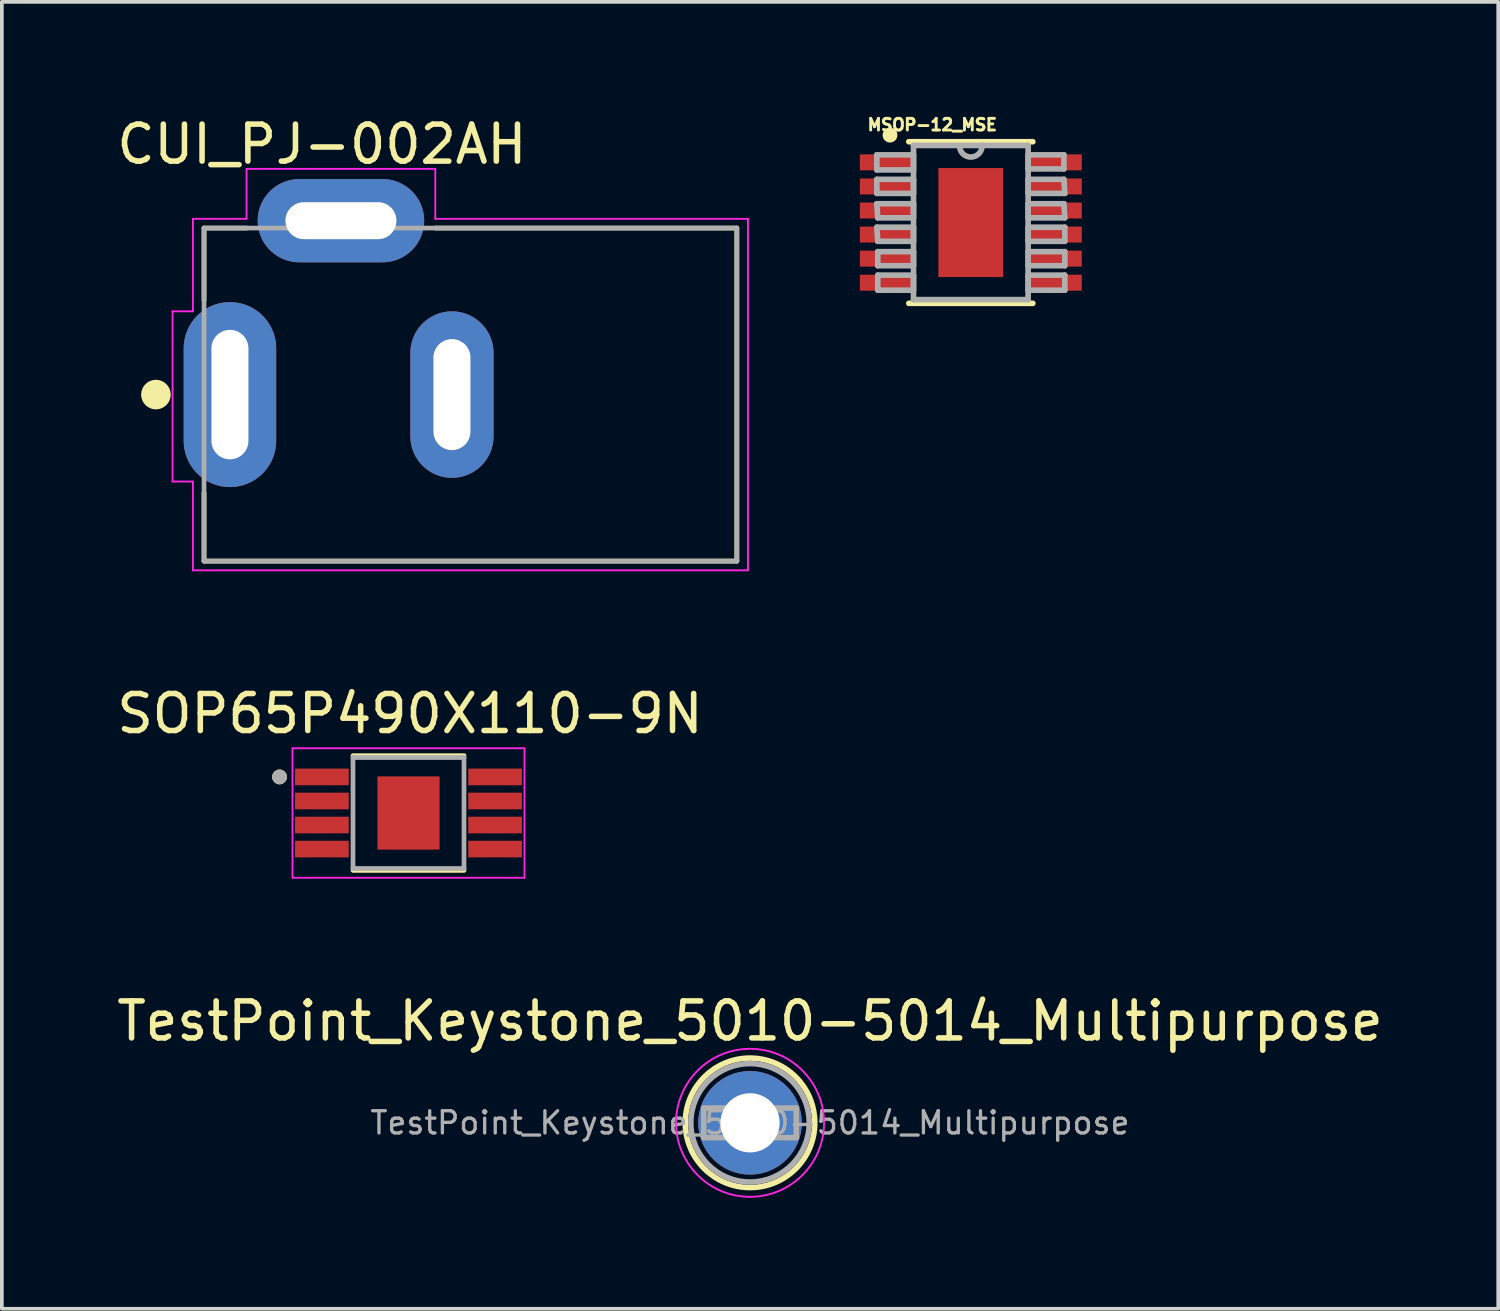
<source format=kicad_pcb>
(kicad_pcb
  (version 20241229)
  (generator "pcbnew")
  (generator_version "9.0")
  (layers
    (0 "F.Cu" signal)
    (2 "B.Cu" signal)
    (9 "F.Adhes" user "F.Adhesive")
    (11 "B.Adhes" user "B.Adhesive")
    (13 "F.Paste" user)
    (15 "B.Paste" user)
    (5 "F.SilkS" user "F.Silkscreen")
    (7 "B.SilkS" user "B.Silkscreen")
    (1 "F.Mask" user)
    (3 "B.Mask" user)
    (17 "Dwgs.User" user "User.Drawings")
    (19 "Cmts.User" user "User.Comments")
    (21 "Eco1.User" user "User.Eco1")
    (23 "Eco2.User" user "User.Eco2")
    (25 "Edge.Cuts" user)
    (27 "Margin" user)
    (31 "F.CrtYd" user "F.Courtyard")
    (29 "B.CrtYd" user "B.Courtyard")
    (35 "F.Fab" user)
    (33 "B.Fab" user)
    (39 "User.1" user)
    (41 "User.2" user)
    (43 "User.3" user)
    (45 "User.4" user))
  (footprint "SOP65P490X110-9N"
    (layer "F.Cu")
    (at 7.99 18.922)
    (property "Reference" "SOP65P490X110-9N" (at 0.04 -2.685 0) (layer "F.SilkS") (effects (font (size 1 1) (thickness 0.15))))
    (attr smd)
    (fp_poly (pts (xy -3.115 -1.255) (xy -1.565 -1.255) (xy -1.565 -0.695) (xy -3.115 -0.695)) (stroke (width 0.01) (type solid)) (fill yes) (layer "F.Mask"))
    (fp_poly (pts (xy -3.115 -0.605) (xy -1.565 -0.605) (xy -1.565 -0.045) (xy -3.115 -0.045)) (stroke (width 0.01) (type solid)) (fill yes) (layer "F.Mask"))
    (fp_poly (pts (xy -3.115 0.045) (xy -1.565 0.045) (xy -1.565 0.605) (xy -3.115 0.605)) (stroke (width 0.01) (type solid)) (fill yes) (layer "F.Mask"))
    (fp_poly (pts (xy -3.115 0.695) (xy -1.565 0.695) (xy -1.565 1.255) (xy -3.115 1.255)) (stroke (width 0.01) (type solid)) (fill yes) (layer "F.Mask"))
    (fp_poly (pts (xy 1.565 -1.255) (xy 3.115 -1.255) (xy 3.115 -0.695) (xy 1.565 -0.695)) (stroke (width 0.01) (type solid)) (fill yes) (layer "F.Mask"))
    (fp_poly (pts (xy 1.565 -0.605) (xy 3.115 -0.605) (xy 3.115 -0.045) (xy 1.565 -0.045)) (stroke (width 0.01) (type solid)) (fill yes) (layer "F.Mask"))
    (fp_poly (pts (xy 1.565 0.045) (xy 3.115 0.045) (xy 3.115 0.605) (xy 1.565 0.605)) (stroke (width 0.01) (type solid)) (fill yes) (layer "F.Mask"))
    (fp_poly (pts (xy 1.565 0.695) (xy 3.115 0.695) (xy 3.115 1.255) (xy 1.565 1.255)) (stroke (width 0.01) (type solid)) (fill yes) (layer "F.Mask"))
    (fp_line (start -1.5 -1.55) (end 1.5 -1.55) (stroke (width 0.127) (type solid)) (layer "F.SilkS"))
    (fp_line (start 1.5 1.55) (end -1.5 1.55) (stroke (width 0.127) (type solid)) (layer "F.SilkS"))
    (fp_circle (center -3.485 -0.975) (end -3.385 -0.975) (stroke (width 0.2) (type solid)) (fill no) (layer "F.SilkS"))
    (fp_poly (pts (xy -0.531 -0.778) (xy 0.531 -0.778) (xy 0.531 0.778) (xy -0.531 0.778)) (stroke (width 0.01) (type solid)) (fill yes) (layer "F.Paste"))
    (fp_line (start -3.135 -1.75) (end -3.135 1.75) (stroke (width 0.05) (type solid)) (layer "F.CrtYd"))
    (fp_line (start -3.135 1.75) (end 3.135 1.75) (stroke (width 0.05) (type solid)) (layer "F.CrtYd"))
    (fp_line (start 3.135 -1.75) (end -3.135 -1.75) (stroke (width 0.05) (type solid)) (layer "F.CrtYd"))
    (fp_line (start 3.135 1.75) (end 3.135 -1.75) (stroke (width 0.05) (type solid)) (layer "F.CrtYd"))
    (fp_line (start -1.5 -1.5) (end 1.5 -1.5) (stroke (width 0.127) (type solid)) (layer "F.Fab"))
    (fp_line (start -1.5 1.5) (end -1.5 -1.5) (stroke (width 0.127) (type solid)) (layer "F.Fab"))
    (fp_line (start 1.5 -1.5) (end 1.5 1.5) (stroke (width 0.127) (type solid)) (layer "F.Fab"))
    (fp_line (start 1.5 1.5) (end -1.5 1.5) (stroke (width 0.127) (type solid)) (layer "F.Fab"))
    (fp_circle (center -3.485 -0.975) (end -3.385 -0.975) (stroke (width 0.2) (type solid)) (fill no) (layer "F.Fab"))
    (pad "1" smd rect (at -2.34 -0.975) (size 1.45 0.45) (layers "F.Cu" "F.Paste"))
    (pad "2" smd rect (at -2.34 -0.325) (size 1.45 0.45) (layers "F.Cu" "F.Paste"))
    (pad "3" smd rect (at -2.34 0.325) (size 1.45 0.45) (layers "F.Cu" "F.Paste"))
    (pad "4" smd rect (at -2.34 0.975) (size 1.45 0.45) (layers "F.Cu" "F.Paste"))
    (pad "5" smd rect (at 2.34 0.975) (size 1.45 0.45) (layers "F.Cu" "F.Paste"))
    (pad "6" smd rect (at 2.34 0.325) (size 1.45 0.45) (layers "F.Cu" "F.Paste"))
    (pad "7" smd rect (at 2.34 -0.325) (size 1.45 0.45) (layers "F.Cu" "F.Paste"))
    (pad "8" smd rect (at 2.34 -0.975) (size 1.45 0.45) (layers "F.Cu" "F.Paste"))
    (pad "9" smd rect (at 0 0) (size 1.68 1.98) (layers "F.Cu" "F.Mask")))
  (footprint "MSOP-12_MSE"
    (layer "F.Cu")
    (at 23.187 2.964)
    (property "Reference" "MSOP-12_MSE" (at -1.041 -2.642 0) (layer "F.SilkS") (effects (font (size 0.315 0.315) (thickness 0.15))))
    (attr smd)
    (fp_line (start -1.676 2.184) (end 1.676 2.184) (stroke (width 0.152) (type solid)) (layer "F.SilkS"))
    (fp_line (start 1.676 -2.184) (end -1.676 -2.184) (stroke (width 0.152) (type solid)) (layer "F.SilkS"))
    (fp_circle (center -2.184 -2.362) (end -2.034 -2.362) (stroke (width 0.1) (type solid)) (fill yes) (layer "F.SilkS"))
    (fp_poly (pts (xy -0.776 -1.373) (xy -0.776 -0.1) (xy 0.776 -0.1) (xy 0.776 -1.373)) (stroke (width 0.025) (type solid)) (fill yes) (layer "F.Paste"))
    (fp_poly (pts (xy -0.776 0.1) (xy -0.776 1.373) (xy 0.776 1.373) (xy 0.776 0.1)) (stroke (width 0.025) (type solid)) (fill yes) (layer "F.Paste"))
    (fp_line (start -2.54 -1.829) (end -2.54 -1.422) (stroke (width 0.152) (type solid)) (layer "F.Fab"))
    (fp_line (start -2.54 -1.422) (end -1.549 -1.422) (stroke (width 0.152) (type solid)) (layer "F.Fab"))
    (fp_line (start -2.54 -1.168) (end -2.54 -0.787) (stroke (width 0.152) (type solid)) (layer "F.Fab"))
    (fp_line (start -2.54 -0.787) (end -1.549 -0.787) (stroke (width 0.152) (type solid)) (layer "F.Fab"))
    (fp_line (start -2.54 -0.508) (end -2.515 -0.127) (stroke (width 0.152) (type solid)) (layer "F.Fab"))
    (fp_line (start -2.54 0.127) (end -2.515 0.508) (stroke (width 0.152) (type solid)) (layer "F.Fab"))
    (fp_line (start -2.515 -0.127) (end -1.549 -0.127) (stroke (width 0.152) (type solid)) (layer "F.Fab"))
    (fp_line (start -2.515 0.508) (end -1.549 0.508) (stroke (width 0.152) (type solid)) (layer "F.Fab"))
    (fp_line (start -2.515 0.787) (end -2.515 1.168) (stroke (width 0.152) (type solid)) (layer "F.Fab"))
    (fp_line (start -2.515 1.168) (end -1.549 1.168) (stroke (width 0.152) (type solid)) (layer "F.Fab"))
    (fp_line (start -2.515 1.422) (end -2.515 1.829) (stroke (width 0.152) (type solid)) (layer "F.Fab"))
    (fp_line (start -2.515 1.829) (end -1.549 1.829) (stroke (width 0.152) (type solid)) (layer "F.Fab"))
    (fp_line (start -1.549 -2.083) (end -1.549 2.083) (stroke (width 0.152) (type solid)) (layer "F.Fab"))
    (fp_line (start -1.549 -1.829) (end -2.54 -1.829) (stroke (width 0.152) (type solid)) (layer "F.Fab"))
    (fp_line (start -1.549 -1.422) (end -1.549 -1.829) (stroke (width 0.152) (type solid)) (layer "F.Fab"))
    (fp_line (start -1.549 -1.168) (end -2.54 -1.168) (stroke (width 0.152) (type solid)) (layer "F.Fab"))
    (fp_line (start -1.549 -0.787) (end -1.549 -1.168) (stroke (width 0.152) (type solid)) (layer "F.Fab"))
    (fp_line (start -1.549 -0.508) (end -2.54 -0.508) (stroke (width 0.152) (type solid)) (layer "F.Fab"))
    (fp_line (start -1.549 -0.127) (end -1.549 -0.508) (stroke (width 0.152) (type solid)) (layer "F.Fab"))
    (fp_line (start -1.549 0.127) (end -2.54 0.127) (stroke (width 0.152) (type solid)) (layer "F.Fab"))
    (fp_line (start -1.549 0.508) (end -1.549 0.127) (stroke (width 0.152) (type solid)) (layer "F.Fab"))
    (fp_line (start -1.549 0.787) (end -2.515 0.787) (stroke (width 0.152) (type solid)) (layer "F.Fab"))
    (fp_line (start -1.549 1.168) (end -1.549 0.787) (stroke (width 0.152) (type solid)) (layer "F.Fab"))
    (fp_line (start -1.549 1.422) (end -2.515 1.422) (stroke (width 0.152) (type solid)) (layer "F.Fab"))
    (fp_line (start -1.549 1.829) (end -1.549 1.422) (stroke (width 0.152) (type solid)) (layer "F.Fab"))
    (fp_line (start -1.549 2.083) (end 1.549 2.083) (stroke (width 0.152) (type solid)) (layer "F.Fab"))
    (fp_line (start 0.305 -2.083) (end -1.549 -2.083) (stroke (width 0.152) (type solid)) (layer "F.Fab"))
    (fp_line (start 1.549 -2.083) (end 0.305 -2.083) (stroke (width 0.152) (type solid)) (layer "F.Fab"))
    (fp_line (start 1.549 -1.829) (end 1.549 -1.448) (stroke (width 0.152) (type solid)) (layer "F.Fab"))
    (fp_line (start 1.549 -1.448) (end 2.515 -1.448) (stroke (width 0.152) (type solid)) (layer "F.Fab"))
    (fp_line (start 1.549 -1.168) (end 1.549 -0.787) (stroke (width 0.152) (type solid)) (layer "F.Fab"))
    (fp_line (start 1.549 -0.787) (end 2.54 -0.787) (stroke (width 0.152) (type solid)) (layer "F.Fab"))
    (fp_line (start 1.549 -0.508) (end 1.549 -0.127) (stroke (width 0.152) (type solid)) (layer "F.Fab"))
    (fp_line (start 1.549 -0.127) (end 2.54 -0.127) (stroke (width 0.152) (type solid)) (layer "F.Fab"))
    (fp_line (start 1.549 0.127) (end 1.549 0.508) (stroke (width 0.152) (type solid)) (layer "F.Fab"))
    (fp_line (start 1.549 0.508) (end 2.54 0.508) (stroke (width 0.152) (type solid)) (layer "F.Fab"))
    (fp_line (start 1.549 0.787) (end 1.549 1.168) (stroke (width 0.152) (type solid)) (layer "F.Fab"))
    (fp_line (start 1.549 1.168) (end 2.54 1.168) (stroke (width 0.152) (type solid)) (layer "F.Fab"))
    (fp_line (start 1.549 1.422) (end 1.549 1.829) (stroke (width 0.152) (type solid)) (layer "F.Fab"))
    (fp_line (start 1.549 1.829) (end 2.54 1.829) (stroke (width 0.152) (type solid)) (layer "F.Fab"))
    (fp_line (start 1.549 2.083) (end 1.549 -2.083) (stroke (width 0.152) (type solid)) (layer "F.Fab"))
    (fp_line (start 2.515 -1.829) (end 1.549 -1.829) (stroke (width 0.152) (type solid)) (layer "F.Fab"))
    (fp_line (start 2.515 -1.448) (end 2.515 -1.829) (stroke (width 0.152) (type solid)) (layer "F.Fab"))
    (fp_line (start 2.515 -1.168) (end 1.549 -1.168) (stroke (width 0.152) (type solid)) (layer "F.Fab"))
    (fp_line (start 2.515 -0.508) (end 1.549 -0.508) (stroke (width 0.152) (type solid)) (layer "F.Fab"))
    (fp_line (start 2.54 -0.787) (end 2.515 -1.168) (stroke (width 0.152) (type solid)) (layer "F.Fab"))
    (fp_line (start 2.54 -0.127) (end 2.515 -0.508) (stroke (width 0.152) (type solid)) (layer "F.Fab"))
    (fp_line (start 2.54 0.127) (end 1.549 0.127) (stroke (width 0.152) (type solid)) (layer "F.Fab"))
    (fp_line (start 2.54 0.508) (end 2.54 0.127) (stroke (width 0.152) (type solid)) (layer "F.Fab"))
    (fp_line (start 2.54 0.787) (end 1.549 0.787) (stroke (width 0.152) (type solid)) (layer "F.Fab"))
    (fp_line (start 2.54 1.168) (end 2.54 0.787) (stroke (width 0.152) (type solid)) (layer "F.Fab"))
    (fp_line (start 2.54 1.422) (end 1.549 1.422) (stroke (width 0.152) (type solid)) (layer "F.Fab"))
    (fp_line (start 2.54 1.829) (end 2.54 1.422) (stroke (width 0.152) (type solid)) (layer "F.Fab"))
    (fp_arc (start 0.3048 -2.0828) (mid 0.0127 -1.7653) (end -0.3048 -2.0574) (stroke (width 0.1524) (type solid)) (layer "F.Fab"))
    (pad "1" smd rect (at -2.3 -1.626) (size 1.397 0.432) (layers "F.Cu" "F.Mask" "F.Paste"))
    (pad "2" smd rect (at -2.3 -0.975) (size 1.397 0.432) (layers "F.Cu" "F.Mask" "F.Paste"))
    (pad "3" smd rect (at -2.3 -0.325) (size 1.397 0.432) (layers "F.Cu" "F.Mask" "F.Paste"))
    (pad "4" smd rect (at -2.3 0.325) (size 1.397 0.432) (layers "F.Cu" "F.Mask" "F.Paste"))
    (pad "5" smd rect (at -2.3 0.975) (size 1.397 0.432) (layers "F.Cu" "F.Mask" "F.Paste"))
    (pad "6" smd rect (at -2.3 1.626) (size 1.397 0.432) (layers "F.Cu" "F.Mask" "F.Paste"))
    (pad "7" smd rect (at 2.3 1.626) (size 1.397 0.432) (layers "F.Cu" "F.Mask" "F.Paste"))
    (pad "8" smd rect (at 2.3 0.975) (size 1.397 0.432) (layers "F.Cu" "F.Mask" "F.Paste"))
    (pad "9" smd rect (at 2.3 0.325) (size 1.397 0.432) (layers "F.Cu" "F.Mask" "F.Paste"))
    (pad "10" smd rect (at 2.3 -0.325) (size 1.397 0.432) (layers "F.Cu" "F.Mask" "F.Paste"))
    (pad "11" smd rect (at 2.3 -0.975) (size 1.397 0.432) (layers "F.Cu" "F.Mask" "F.Paste"))
    (pad "12" smd rect (at 2.3 -1.626) (size 1.397 0.432) (layers "F.Cu" "F.Mask" "F.Paste"))
    (pad "13" smd rect (at 0 0) (size 1.753 2.946) (layers "F.Cu" "F.Mask")))
  (footprint "TestPoint_Keystone_5010-5014_Multipurpose"
    (layer "F.Cu")
    (at 17.22 27.295)
    (property "Reference" "TestPoint_Keystone_5010-5014_Multipurpose" (at 0 -2.75 0) (layer "F.SilkS") (effects (font (size 1 1) (thickness 0.15))))
    (attr through_hole)
    (fp_circle (center 0 0) (end 1.75 0) (stroke (width 0.15) (type solid)) (fill no) (layer "F.SilkS"))
    (fp_circle (center 0 0) (end 2 0) (stroke (width 0.05) (type solid)) (fill no) (layer "F.CrtYd"))
    (fp_line (start -1.25 -0.4) (end 1.25 -0.4) (stroke (width 0.15) (type solid)) (layer "F.Fab"))
    (fp_line (start -1.25 0.4) (end -1.25 -0.4) (stroke (width 0.15) (type solid)) (layer "F.Fab"))
    (fp_line (start 1.25 -0.4) (end 1.25 0.4) (stroke (width 0.15) (type solid)) (layer "F.Fab"))
    (fp_line (start 1.25 0.4) (end -1.25 0.4) (stroke (width 0.15) (type solid)) (layer "F.Fab"))
    (fp_circle (center 0 0) (end 1.6 0) (stroke (width 0.15) (type solid)) (fill no) (layer "F.Fab"))
    (fp_text user "${REFERENCE}" (at 0 0 0) (layer "F.Fab") (effects (font (size 0.6 0.6) (thickness 0.09))))
    (pad "1" thru_hole circle (at 0 0) (size 2.8 2.8) (drill 1.6) (layers "*.Cu" "*.Mask")))
  (footprint "CUI_PJ-002AH"
    (layer "F.Cu")
    (at 3.164 7.614)
    (property "Reference" "CUI_PJ-002AH" (at 2.485 -6.765 0) (layer "F.SilkS") (effects (font (size 1 1) (thickness 0.15))))
    (attr through_hole)
    (fp_line (start -0.7 -4.5) (end 0.45 -4.5) (stroke (width 0.127) (type solid)) (layer "F.SilkS"))
    (fp_line (start -0.7 -2.55) (end -0.7 -4.5) (stroke (width 0.127) (type solid)) (layer "F.SilkS"))
    (fp_line (start -0.7 4.5) (end -0.7 2.65) (stroke (width 0.127) (type solid)) (layer "F.SilkS"))
    (fp_line (start 5.55 -4.5) (end 13.7 -4.5) (stroke (width 0.127) (type solid)) (layer "F.SilkS"))
    (fp_line (start 13.7 -4.5) (end 13.7 4.5) (stroke (width 0.127) (type solid)) (layer "F.SilkS"))
    (fp_line (start 13.7 4.5) (end -0.7 4.5) (stroke (width 0.127) (type solid)) (layer "F.SilkS"))
    (fp_circle (center -2 0) (end -1.8 0) (stroke (width 0.4) (type solid)) (fill no) (layer "F.SilkS"))
    (fp_line (start -1.55 -2.25) (end -1.55 2.35) (stroke (width 0.05) (type solid)) (layer "F.CrtYd"))
    (fp_line (start -1.55 2.35) (end -1 2.35) (stroke (width 0.05) (type solid)) (layer "F.CrtYd"))
    (fp_line (start -1 -4.75) (end 0.45 -4.75) (stroke (width 0.05) (type solid)) (layer "F.CrtYd"))
    (fp_line (start -1 -2.25) (end -1.55 -2.25) (stroke (width 0.05) (type solid)) (layer "F.CrtYd"))
    (fp_line (start -1 -2.25) (end -1 -4.75) (stroke (width 0.05) (type solid)) (layer "F.CrtYd"))
    (fp_line (start -1 4.75) (end -1 2.35) (stroke (width 0.05) (type solid)) (layer "F.CrtYd"))
    (fp_line (start 0.45 -6.1) (end 5.55 -6.1) (stroke (width 0.05) (type solid)) (layer "F.CrtYd"))
    (fp_line (start 0.45 -4.75) (end 0.45 -6.1) (stroke (width 0.05) (type solid)) (layer "F.CrtYd"))
    (fp_line (start 5.55 -6.1) (end 5.55 -4.75) (stroke (width 0.05) (type solid)) (layer "F.CrtYd"))
    (fp_line (start 5.55 -4.75) (end 14 -4.75) (stroke (width 0.05) (type solid)) (layer "F.CrtYd"))
    (fp_line (start 14 -4.75) (end 14 4.75) (stroke (width 0.05) (type solid)) (layer "F.CrtYd"))
    (fp_line (start 14 4.75) (end -1 4.75) (stroke (width 0.05) (type solid)) (layer "F.CrtYd"))
    (fp_line (start -0.7 -4.5) (end 13.7 -4.5) (stroke (width 0.127) (type solid)) (layer "F.Fab"))
    (fp_line (start -0.7 4.5) (end -0.7 -4.5) (stroke (width 0.127) (type solid)) (layer "F.Fab"))
    (fp_line (start 13.7 -4.5) (end 13.7 4.5) (stroke (width 0.127) (type solid)) (layer "F.Fab"))
    (fp_line (start 13.7 4.5) (end -0.7 4.5) (stroke (width 0.127) (type solid)) (layer "F.Fab"))
    (pad "1" thru_hole oval (at 0 0) (size 2.5 5) (drill oval 1 3.5) (layers "*.Cu" "*.Mask"))
    (pad "2" thru_hole oval (at 6 0) (size 2.25 4.5) (drill oval 1 3) (layers "*.Cu" "*.Mask"))
    (pad "3" thru_hole oval (at 3 -4.7) (size 4.5 2.25) (drill oval 3 1) (layers "*.Cu" "*.Mask")))
  (gr_rect
    (start -3 -3)
    (end 37.44 32.32)
    (stroke (width 0.1) (type default))
    (fill no)
    (layer "Edge.Cuts")))
</source>
